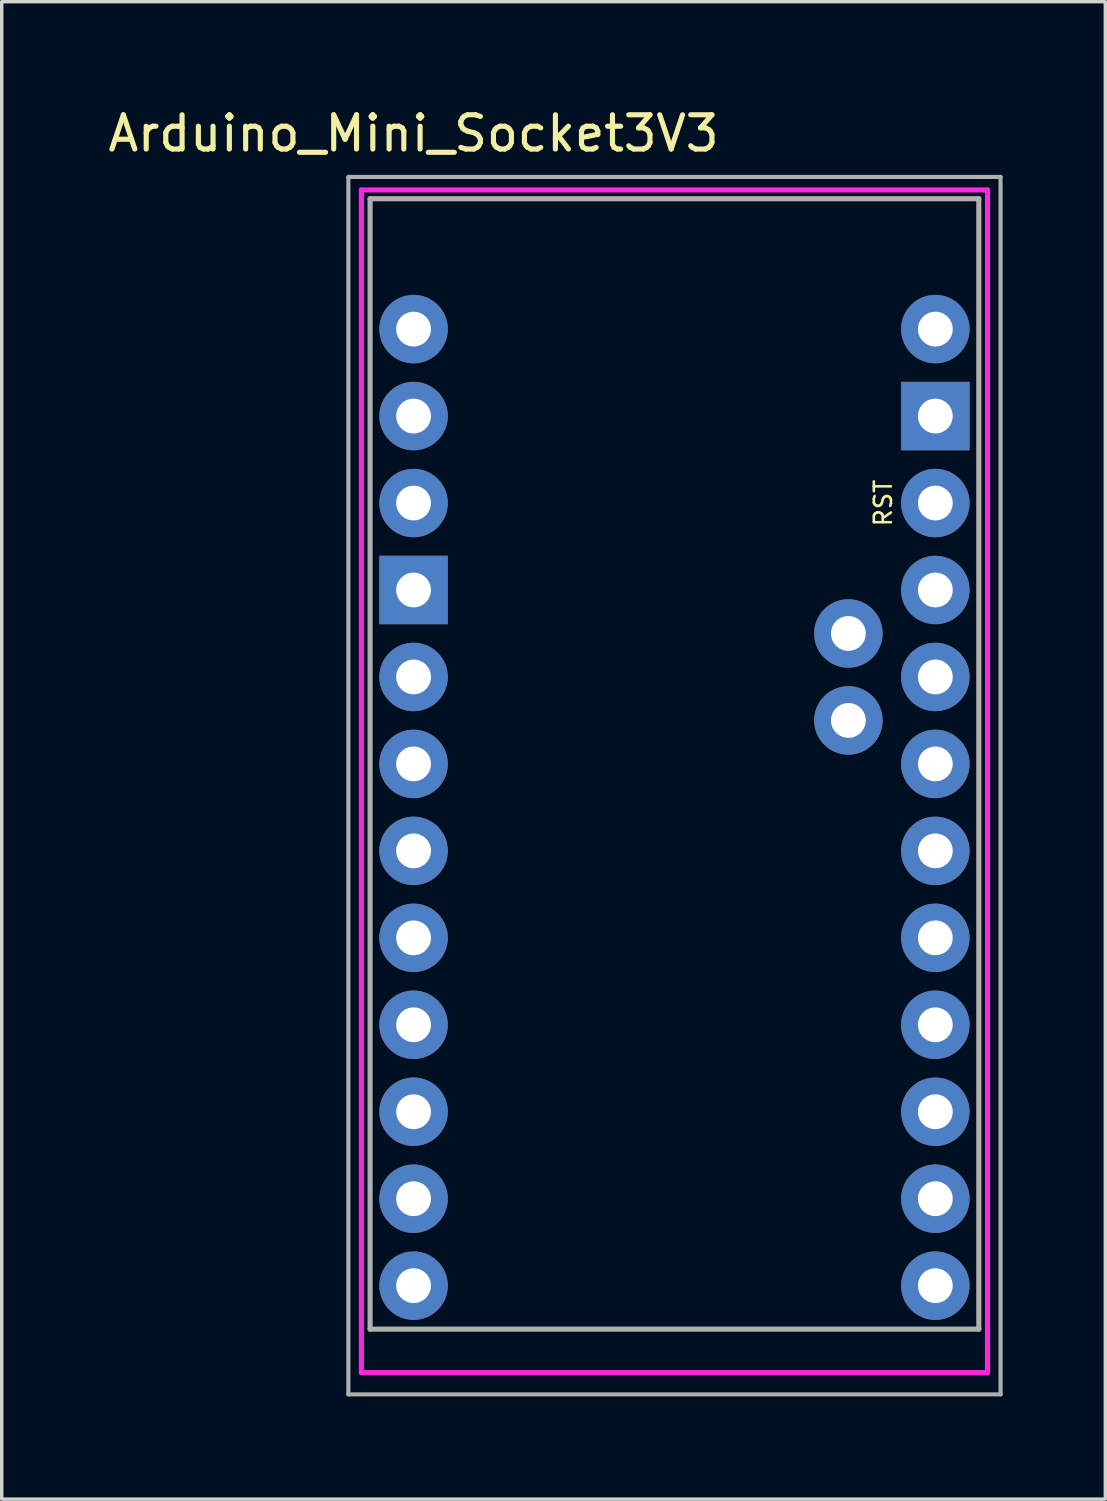
<source format=kicad_pcb>
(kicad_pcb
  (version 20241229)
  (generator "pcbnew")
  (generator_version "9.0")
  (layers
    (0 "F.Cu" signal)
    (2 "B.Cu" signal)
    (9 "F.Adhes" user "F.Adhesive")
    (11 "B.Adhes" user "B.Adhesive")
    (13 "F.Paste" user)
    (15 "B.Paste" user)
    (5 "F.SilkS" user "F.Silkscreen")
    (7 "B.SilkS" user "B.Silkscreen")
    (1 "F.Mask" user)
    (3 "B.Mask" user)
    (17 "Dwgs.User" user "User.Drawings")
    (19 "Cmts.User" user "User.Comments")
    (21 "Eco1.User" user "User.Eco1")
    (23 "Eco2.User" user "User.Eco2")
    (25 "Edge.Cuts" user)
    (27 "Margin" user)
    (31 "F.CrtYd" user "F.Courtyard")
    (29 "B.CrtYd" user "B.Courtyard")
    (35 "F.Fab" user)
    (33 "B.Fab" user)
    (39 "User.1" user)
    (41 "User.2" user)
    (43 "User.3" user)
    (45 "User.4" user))
  (footprint "Arduino_Mini_Socket3V3"
    (layer "F.Cu")
    (at 7.76 33.233)
    (property "Reference" "Arduino_Mini_Socket3V3" (at 1.27 -32.385 0) (layer "F.SilkS") (effects (font (size 1 1) (thickness 0.15))))
    (attr through_hole)
    (fp_line (start -0.254 -30.734) (end 18.034 -30.734) (stroke (width 0.15) (type solid)) (layer "F.CrtYd"))
    (fp_line (start -0.254 3.81) (end -0.254 -30.734) (stroke (width 0.15) (type solid)) (layer "F.CrtYd"))
    (fp_line (start 18.034 -30.734) (end 18.034 3.81) (stroke (width 0.15) (type solid)) (layer "F.CrtYd"))
    (fp_line (start 18.034 3.81) (end -0.254 3.81) (stroke (width 0.15) (type solid)) (layer "F.CrtYd"))
    (fp_line (start -0.635 -31.115) (end 18.415 -31.115) (stroke (width 0.12) (type solid)) (layer "F.Fab"))
    (fp_line (start -0.635 4.445) (end -0.635 -31.115) (stroke (width 0.12) (type solid)) (layer "F.Fab"))
    (fp_line (start 0 -30.48) (end 17.78 -30.48) (stroke (width 0.15) (type solid)) (layer "F.Fab"))
    (fp_line (start 0 2.54) (end 0 -30.48) (stroke (width 0.15) (type solid)) (layer "F.Fab"))
    (fp_line (start 17.78 -30.48) (end 17.78 2.54) (stroke (width 0.15) (type solid)) (layer "F.Fab"))
    (fp_line (start 17.78 2.54) (end 0 2.54) (stroke (width 0.15) (type solid)) (layer "F.Fab"))
    (fp_line (start 18.415 -31.115) (end 18.415 4.445) (stroke (width 0.12) (type solid)) (layer "F.Fab"))
    (fp_line (start 18.415 4.445) (end -0.635 4.445) (stroke (width 0.12) (type solid)) (layer "F.Fab"))
    (fp_text user "RST" (at 14.986 -21.59 90) (layer "F.SilkS") (effects (font (size 0.5 0.5) (thickness 0.075))))
    (pad "5V12V" thru_hole circle (at 16.51 -26.67) (size 2 2) (drill 1.016) (layers "*.Cu" "*.Mask"))
    (pad "A4" thru_hole circle (at 13.97 -17.78) (size 2 2) (drill 1.016) (layers "*.Cu" "*.Mask"))
    (pad "A5" thru_hole circle (at 13.97 -15.24) (size 2 2) (drill 1.016) (layers "*.Cu" "*.Mask"))
    (pad "GND1" thru_hole rect (at 1.27 -19.05) (size 2 2) (drill 1.016) (layers "*.Cu" "*.Mask"))
    (pad "GND2" thru_hole rect (at 16.51 -24.13) (size 2 2) (drill 1.016) (layers "*.Cu" "*.Mask"))
    (pad "PB2" thru_hole circle (at 16.51 1.27) (size 2 2) (drill 1.016) (layers "*.Cu" "*.Mask"))
    (pad "PB3" thru_hole circle (at 16.51 -1.27) (size 2 2) (drill 1.016) (layers "*.Cu" "*.Mask"))
    (pad "PB4" thru_hole circle (at 16.51 -3.81) (size 2 2) (drill 1.016) (layers "*.Cu" "*.Mask"))
    (pad "PB5" thru_hole circle (at 16.51 -6.35) (size 2 2) (drill 1.016) (layers "*.Cu" "*.Mask"))
    (pad "PC0" thru_hole circle (at 16.51 -8.89) (size 2 2) (drill 1.016) (layers "*.Cu" "*.Mask"))
    (pad "PC1" thru_hole circle (at 16.51 -11.43) (size 2 2) (drill 1.016) (layers "*.Cu" "*.Mask"))
    (pad "PC2" thru_hole circle (at 16.51 -13.97) (size 2 2) (drill 1.016) (layers "*.Cu" "*.Mask"))
    (pad "PC3" thru_hole circle (at 16.51 -16.51) (size 2 2) (drill 1.016) (layers "*.Cu" "*.Mask"))
    (pad "PD2" thru_hole circle (at 1.27 -16.51) (size 2 2) (drill 1.016) (layers "*.Cu" "*.Mask"))
    (pad "PD3" thru_hole circle (at 1.27 -13.97) (size 2 2) (drill 1.016) (layers "*.Cu" "*.Mask"))
    (pad "PD4" thru_hole circle (at 1.27 -11.43) (size 2 2) (drill 1.016) (layers "*.Cu" "*.Mask"))
    (pad "PD5" thru_hole circle (at 1.27 -8.89) (size 2 2) (drill 1.016) (layers "*.Cu" "*.Mask"))
    (pad "PD6" thru_hole circle (at 1.27 -6.35) (size 2 2) (drill 1.016) (layers "*.Cu" "*.Mask"))
    (pad "PD7" thru_hole circle (at 1.27 -3.81) (size 2 2) (drill 1.016) (layers "*.Cu" "*.Mask"))
    (pad "PD8" thru_hole circle (at 1.27 -1.27) (size 2 2) (drill 1.016) (layers "*.Cu" "*.Mask"))
    (pad "PD9" thru_hole circle (at 1.27 1.27) (size 2 2) (drill 1.016) (layers "*.Cu" "*.Mask"))
    (pad "RST1" thru_hole circle (at 1.27 -21.59 180) (size 2 2) (drill 1.016) (layers "*.Cu" "*.Mask"))
    (pad "RST2" thru_hole circle (at 16.51 -21.59) (size 2 2) (drill 1.016) (layers "*.Cu" "*.Mask"))
    (pad "RXI" thru_hole circle (at 1.27 -24.13) (size 2 2) (drill 1.016) (layers "*.Cu" "*.Mask"))
    (pad "TX0" thru_hole circle (at 1.27 -26.67) (size 2 2) (drill 1.016) (layers "*.Cu" "*.Mask"))
    (pad "VIN" thru_hole circle (at 16.51 -19.05) (size 2 2) (drill 1.016) (layers "*.Cu" "*.Mask")))
  (gr_rect
    (start -3 -3)
    (end 29.235 40.738)
    (stroke (width 0.1) (type default))
    (fill no)
    (layer "Edge.Cuts")))
</source>
